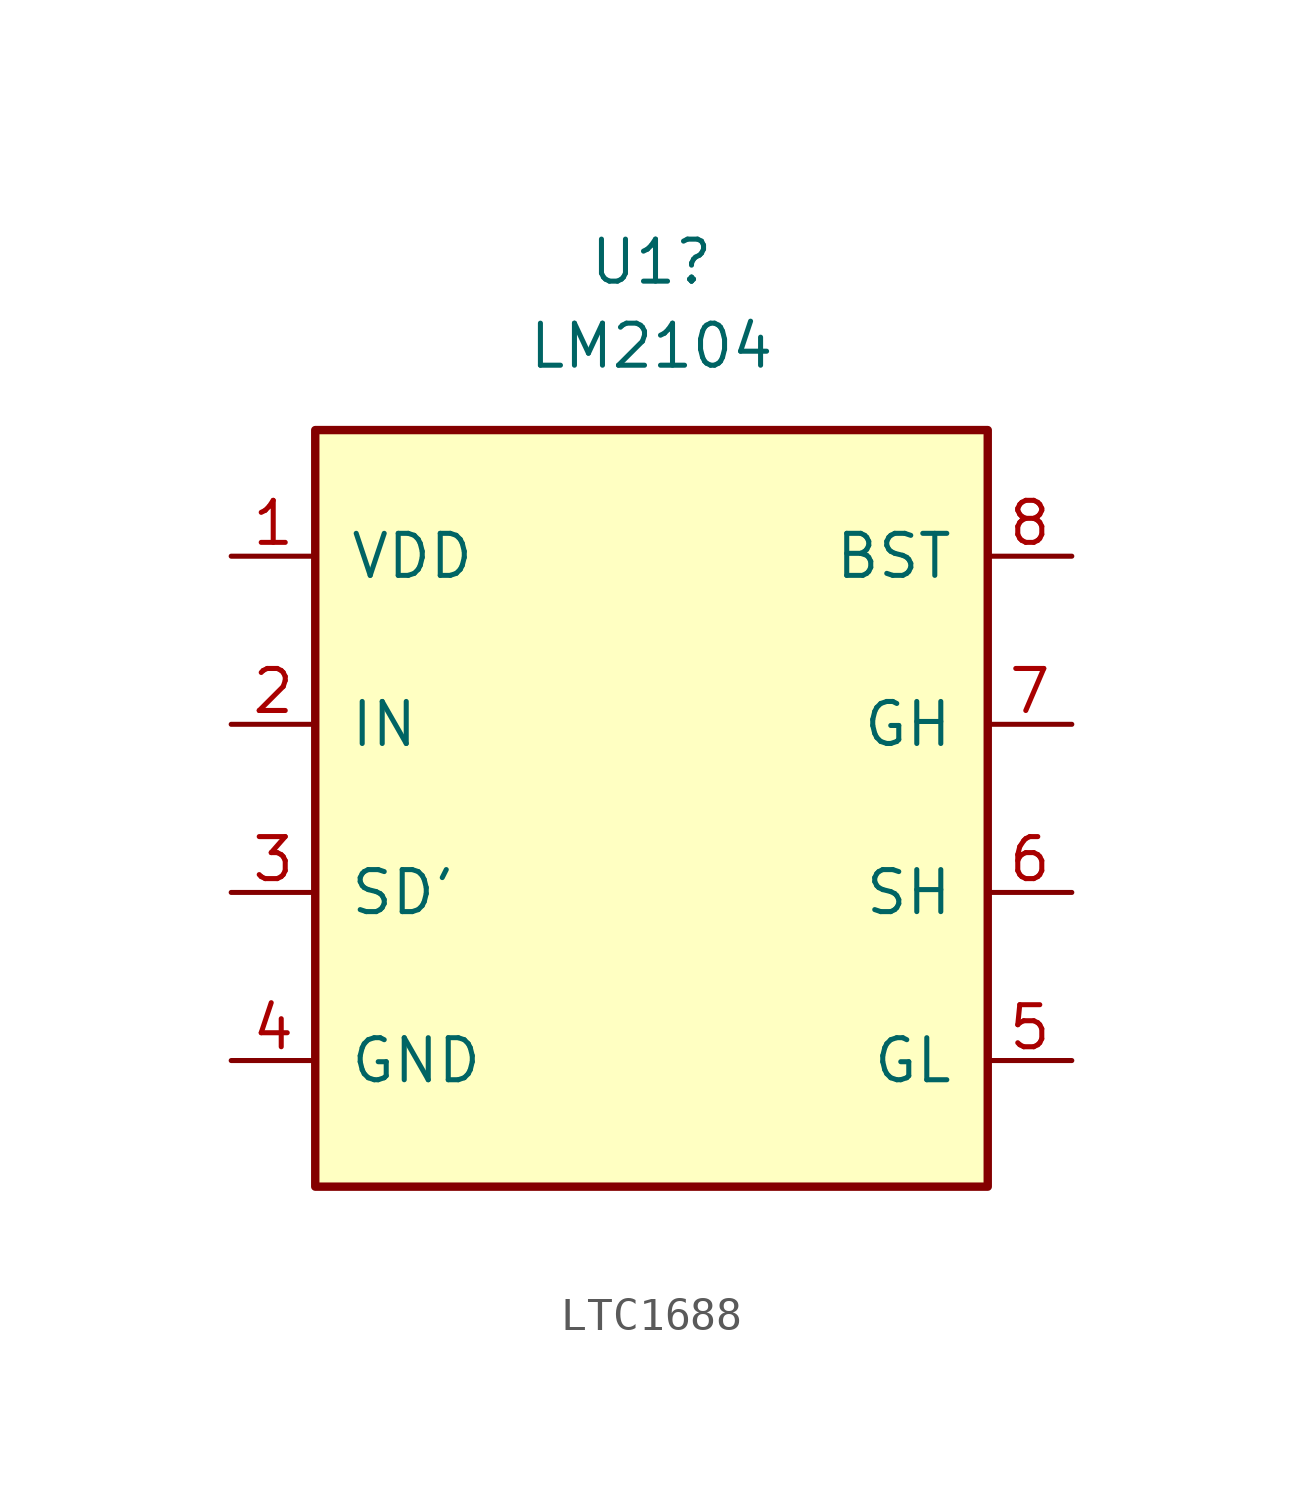
<source format=kicad_sym>
(kicad_symbol_lib
  (version 20220914)
  (generator kicad_symbol_editor)
  (symbol "LTC1688"
    (pin_names
      (offset 1.016))
    (property "Reference" "U1"
      (at 0 17.78 0)
      (effects (font (size 1.27 1.27))))
    (property "Value" "LM2104"
      (at 0 15.24 0)
      (effects (font (size 1.27 1.27))))
    (symbol "LTC1688_0_1"
      (rectangle (start -10.16 12.7) (end 10.16 -10.16) (stroke (width 0.254) (type default)) (fill (type background))))
    (symbol "LTC1688_1_1"
      (pin passive line (at -12.7 8.89 0) (length 2.54) (name "VDD" (effects (font (size 1.27 1.27)))) (number "1" (effects (font (size 1.27 1.27)))))
      (pin input line (at -12.7 3.81 0) (length 2.54) (name "IN" (effects (font (size 1.27 1.27)))) (number "2" (effects (font (size 1.27 1.27)))))
      (pin input line (at -12.7 -1.27 0) (length 2.54) (name "SD'" (effects (font (size 1.27 1.27)))) (number "3" (effects (font (size 1.27 1.27)))))
      (pin passive line (at -12.7 -6.35 0) (length 2.54) (name "GND" (effects (font (size 1.27 1.27)))) (number "4" (effects (font (size 1.27 1.27)))))
      (pin output line (at 12.7 -6.35 180) (length 2.54) (name "GL" (effects (font (size 1.27 1.27)))) (number "5" (effects (font (size 1.27 1.27)))))
      (pin passive line (at 12.7 -1.27 180) (length 2.54) (name "SH" (effects (font (size 1.27 1.27)))) (number "6" (effects (font (size 1.27 1.27)))))
      (pin output line (at 12.7 3.81 180) (length 2.54) (name "GH" (effects (font (size 1.27 1.27)))) (number "7" (effects (font (size 1.27 1.27)))))
      (pin passive line (at 12.7 8.89 180) (length 2.54) (name "BST" (effects (font (size 1.27 1.27)))) (number "8" (effects (font (size 1.27 1.27))))))))
</source>
